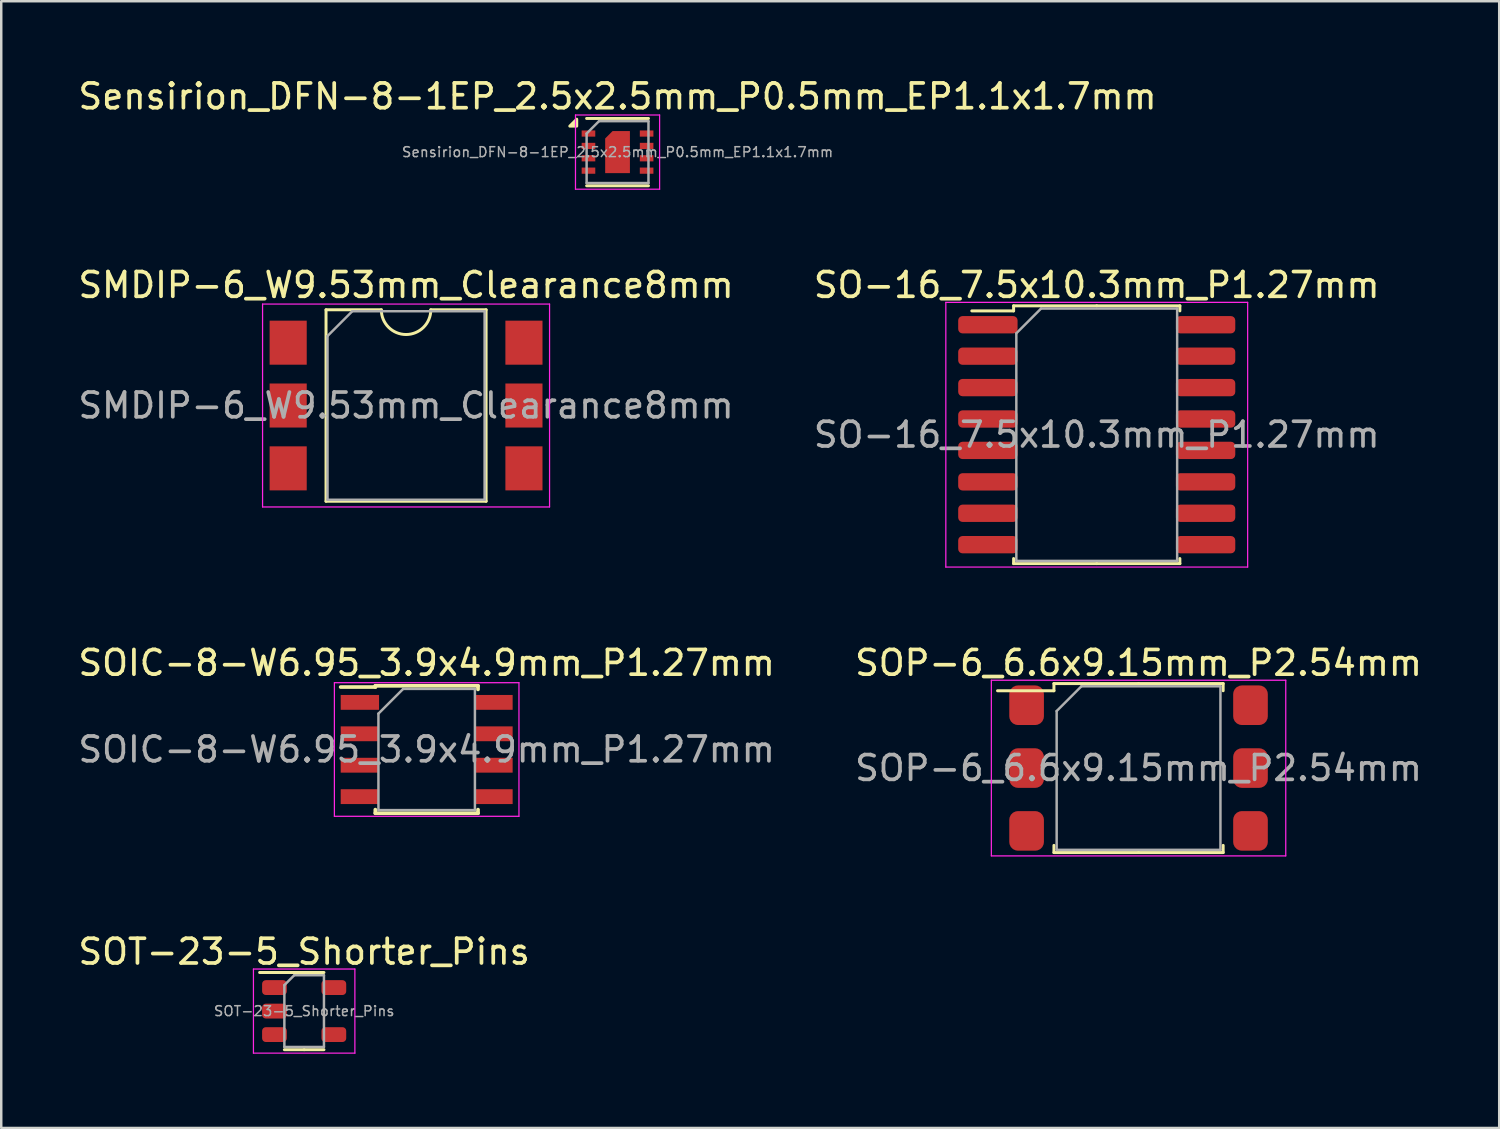
<source format=kicad_pcb>
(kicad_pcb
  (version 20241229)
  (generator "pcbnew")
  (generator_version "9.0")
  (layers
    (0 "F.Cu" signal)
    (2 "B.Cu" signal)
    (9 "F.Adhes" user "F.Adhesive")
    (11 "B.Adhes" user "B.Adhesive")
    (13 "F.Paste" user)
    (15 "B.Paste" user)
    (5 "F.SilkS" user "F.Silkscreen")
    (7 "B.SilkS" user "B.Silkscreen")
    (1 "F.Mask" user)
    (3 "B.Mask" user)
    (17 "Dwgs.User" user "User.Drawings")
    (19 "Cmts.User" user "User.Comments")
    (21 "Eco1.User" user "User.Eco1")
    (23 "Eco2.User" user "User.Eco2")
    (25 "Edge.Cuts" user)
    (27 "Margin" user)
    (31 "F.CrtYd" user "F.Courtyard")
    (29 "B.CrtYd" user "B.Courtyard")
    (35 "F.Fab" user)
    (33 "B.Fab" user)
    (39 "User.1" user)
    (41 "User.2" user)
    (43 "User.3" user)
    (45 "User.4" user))
  (footprint "SO-16_7.5x10.3mm_P1.27mm"
    (layer "F.Cu")
    (at 41.28 14.521)
    (property "Reference" "SO-16_7.5x10.3mm_P1.27mm" (at 0 -6.05 0) (layer "F.SilkS") (effects (font (size 1 1) (thickness 0.15))))
    (attr smd)
    (fp_line (start -3.36 -5.21) (end -3.36 -5.005) (stroke (width 0.12) (type solid)) (layer "F.SilkS"))
    (fp_line (start -3.36 -5.005) (end -5.05 -5.005) (stroke (width 0.12) (type solid)) (layer "F.SilkS"))
    (fp_line (start -3.36 5.21) (end -3.36 5.005) (stroke (width 0.12) (type solid)) (layer "F.SilkS"))
    (fp_line (start 0 -5.21) (end -3.36 -5.21) (stroke (width 0.12) (type solid)) (layer "F.SilkS"))
    (fp_line (start 0 -5.21) (end 3.36 -5.21) (stroke (width 0.12) (type solid)) (layer "F.SilkS"))
    (fp_line (start 0 5.21) (end -3.36 5.21) (stroke (width 0.12) (type solid)) (layer "F.SilkS"))
    (fp_line (start 0 5.21) (end 3.36 5.21) (stroke (width 0.12) (type solid)) (layer "F.SilkS"))
    (fp_line (start 3.36 -5.21) (end 3.36 -5.005) (stroke (width 0.12) (type solid)) (layer "F.SilkS"))
    (fp_line (start 3.36 5.21) (end 3.36 5.005) (stroke (width 0.12) (type solid)) (layer "F.SilkS"))
    (fp_line (start -6.1 -5.35) (end -6.1 5.35) (stroke (width 0.05) (type solid)) (layer "F.CrtYd"))
    (fp_line (start -6.1 5.35) (end 6.1 5.35) (stroke (width 0.05) (type solid)) (layer "F.CrtYd"))
    (fp_line (start 6.1 -5.35) (end -6.1 -5.35) (stroke (width 0.05) (type solid)) (layer "F.CrtYd"))
    (fp_line (start 6.1 5.35) (end 6.1 -5.35) (stroke (width 0.05) (type solid)) (layer "F.CrtYd"))
    (fp_line (start -3.25 -4.1) (end -2.25 -5.1) (stroke (width 0.1) (type solid)) (layer "F.Fab"))
    (fp_line (start -3.25 5.1) (end -3.25 -4.1) (stroke (width 0.1) (type solid)) (layer "F.Fab"))
    (fp_line (start -2.25 -5.1) (end 3.25 -5.1) (stroke (width 0.1) (type solid)) (layer "F.Fab"))
    (fp_line (start 3.25 -5.1) (end 3.25 5.1) (stroke (width 0.1) (type solid)) (layer "F.Fab"))
    (fp_line (start 3.25 5.1) (end -3.25 5.1) (stroke (width 0.1) (type solid)) (layer "F.Fab"))
    (fp_text user "${REFERENCE}" (at 0 0 0) (layer "F.Fab") (effects (font (size 1 1) (thickness 0.15))))
    (pad "1" smd roundrect (at -4.4 -4.445) (size 2.4 0.7) (layers "F.Cu" "F.Mask" "F.Paste") (roundrect_rratio 0.25))
    (pad "2" smd roundrect (at -4.4 -3.175) (size 2.4 0.7) (layers "F.Cu" "F.Mask" "F.Paste") (roundrect_rratio 0.25))
    (pad "3" smd roundrect (at -4.4 -1.905) (size 2.4 0.7) (layers "F.Cu" "F.Mask" "F.Paste") (roundrect_rratio 0.25))
    (pad "4" smd roundrect (at -4.4 -0.635) (size 2.4 0.7) (layers "F.Cu" "F.Mask" "F.Paste") (roundrect_rratio 0.25))
    (pad "5" smd roundrect (at -4.4 0.635) (size 2.4 0.7) (layers "F.Cu" "F.Mask" "F.Paste") (roundrect_rratio 0.25))
    (pad "6" smd roundrect (at -4.4 1.905) (size 2.4 0.7) (layers "F.Cu" "F.Mask" "F.Paste") (roundrect_rratio 0.25))
    (pad "7" smd roundrect (at -4.4 3.175) (size 2.4 0.7) (layers "F.Cu" "F.Mask" "F.Paste") (roundrect_rratio 0.25))
    (pad "8" smd roundrect (at -4.4 4.445) (size 2.4 0.7) (layers "F.Cu" "F.Mask" "F.Paste") (roundrect_rratio 0.25))
    (pad "9" smd roundrect (at 4.4 4.445) (size 2.4 0.7) (layers "F.Cu" "F.Mask" "F.Paste") (roundrect_rratio 0.25))
    (pad "10" smd roundrect (at 4.4 3.175) (size 2.4 0.7) (layers "F.Cu" "F.Mask" "F.Paste") (roundrect_rratio 0.25))
    (pad "11" smd roundrect (at 4.4 1.905) (size 2.4 0.7) (layers "F.Cu" "F.Mask" "F.Paste") (roundrect_rratio 0.25))
    (pad "12" smd roundrect (at 4.4 0.635) (size 2.4 0.7) (layers "F.Cu" "F.Mask" "F.Paste") (roundrect_rratio 0.25))
    (pad "13" smd roundrect (at 4.4 -0.635) (size 2.4 0.7) (layers "F.Cu" "F.Mask" "F.Paste") (roundrect_rratio 0.25))
    (pad "14" smd roundrect (at 4.4 -1.905) (size 2.4 0.7) (layers "F.Cu" "F.Mask" "F.Paste") (roundrect_rratio 0.25))
    (pad "15" smd roundrect (at 4.4 -3.175) (size 2.4 0.7) (layers "F.Cu" "F.Mask" "F.Paste") (roundrect_rratio 0.25))
    (pad "16" smd roundrect (at 4.4 -4.445) (size 2.4 0.7) (layers "F.Cu" "F.Mask" "F.Paste") (roundrect_rratio 0.25)))
  (footprint "Sensirion_DFN-8-1EP_2.5x2.5mm_P0.5mm_EP1.1x1.7mm"
    (layer "F.Cu")
    (at 21.911 3.098)
    (property "Reference" "Sensirion_DFN-8-1EP_2.5x2.5mm_P0.5mm_EP1.1x1.7mm" (at 0 -2.25 0) (layer "F.SilkS") (effects (font (size 1 1) (thickness 0.15))))
    (attr smd)
    (fp_line (start -1.25 -1.36) (end 1.25 -1.36) (stroke (width 0.12) (type solid)) (layer "F.SilkS"))
    (fp_line (start -1.25 1.36) (end 1.25 1.36) (stroke (width 0.12) (type solid)) (layer "F.SilkS"))
    (fp_poly (pts (xy -1.65 -1.05) (xy -1.93 -1.05) (xy -1.65 -1.33) (xy -1.65 -1.05)) (stroke (width 0.12) (type solid)) (fill yes) (layer "F.SilkS"))
    (fp_line (start -1.7 -1.5) (end -1.7 1.5) (stroke (width 0.05) (type solid)) (layer "F.CrtYd"))
    (fp_line (start -1.7 -1.5) (end 1.7 -1.5) (stroke (width 0.05) (type solid)) (layer "F.CrtYd"))
    (fp_line (start -1.7 1.5) (end 1.7 1.5) (stroke (width 0.05) (type solid)) (layer "F.CrtYd"))
    (fp_line (start 1.7 -1.5) (end 1.7 1.5) (stroke (width 0.05) (type solid)) (layer "F.CrtYd"))
    (fp_line (start -1.25 -0.75) (end -0.75 -1.25) (stroke (width 0.1) (type solid)) (layer "F.Fab"))
    (fp_line (start -1.25 1.25) (end -1.25 -0.75) (stroke (width 0.1) (type solid)) (layer "F.Fab"))
    (fp_line (start -0.75 -1.25) (end 1.25 -1.25) (stroke (width 0.1) (type solid)) (layer "F.Fab"))
    (fp_line (start 1.25 -1.25) (end 1.25 1.25) (stroke (width 0.1) (type solid)) (layer "F.Fab"))
    (fp_line (start 1.25 1.25) (end -1.25 1.25) (stroke (width 0.1) (type solid)) (layer "F.Fab"))
    (fp_text user "${REFERENCE}" (at 0 0 0) (layer "F.Fab") (effects (font (size 0.4 0.4) (thickness 0.06))))
    (pad "" smd custom (at 0 0) (size 0.9 0.9) (layers "F.Paste") (options (anchor rect)) (primitives (gr_poly (pts (xy 0.45 0.8) (xy -0.45 0.8) (xy -0.45 -0.53) (xy -0.18 -0.8) (xy 0.45 -0.8)) (width 0) (fill yes))))
    (pad "1" smd rect (at -1.175 -0.75) (size 0.55 0.25) (layers "F.Cu" "F.Mask" "F.Paste"))
    (pad "2" smd rect (at -1.175 -0.25) (size 0.55 0.25) (layers "F.Cu" "F.Mask" "F.Paste"))
    (pad "3" smd rect (at -1.175 0.25) (size 0.55 0.25) (layers "F.Cu" "F.Mask" "F.Paste"))
    (pad "4" smd rect (at -1.175 0.75 180) (size 0.55 0.25) (layers "F.Cu" "F.Mask" "F.Paste"))
    (pad "5" smd rect (at 1.175 0.75) (size 0.55 0.25) (layers "F.Cu" "F.Mask" "F.Paste"))
    (pad "6" smd rect (at 1.175 0.25) (size 0.55 0.25) (layers "F.Cu" "F.Mask" "F.Paste"))
    (pad "7" smd rect (at 1.175 -0.25) (size 0.55 0.25) (layers "F.Cu" "F.Mask" "F.Paste"))
    (pad "8" smd rect (at 1.175 -0.75) (size 0.55 0.25) (layers "F.Cu" "F.Mask" "F.Paste"))
    (pad "9" smd custom (at 0 0) (size 1 1) (layers "F.Cu" "F.Mask") (options (anchor circle)) (primitives (gr_poly (pts (xy 0.5 0.85) (xy -0.5 0.85) (xy -0.5 -0.55) (xy -0.2 -0.85) (xy 0.5 -0.85)) (width 0) (fill yes)))))
  (footprint "SOP-6_6.6x9.15mm_P2.54mm"
    (layer "F.Cu")
    (at 42.97 27.995)
    (property "Reference" "SOP-6_6.6x9.15mm_P2.54mm" (at 0 -4.25 0) (layer "F.SilkS") (effects (font (size 1 1) (thickness 0.15))))
    (attr smd)
    (fp_line (start -3.42 -3.415) (end -3.42 -3.125) (stroke (width 0.12) (type solid)) (layer "F.SilkS"))
    (fp_line (start -3.42 -3.125) (end -5.7 -3.125) (stroke (width 0.12) (type solid)) (layer "F.SilkS"))
    (fp_line (start -3.42 3.415) (end -3.42 3.125) (stroke (width 0.12) (type solid)) (layer "F.SilkS"))
    (fp_line (start 0 -3.415) (end -3.42 -3.415) (stroke (width 0.12) (type solid)) (layer "F.SilkS"))
    (fp_line (start 0 -3.415) (end 3.42 -3.415) (stroke (width 0.12) (type solid)) (layer "F.SilkS"))
    (fp_line (start 0 3.415) (end -3.42 3.415) (stroke (width 0.12) (type solid)) (layer "F.SilkS"))
    (fp_line (start 0 3.415) (end 3.42 3.415) (stroke (width 0.12) (type solid)) (layer "F.SilkS"))
    (fp_line (start 3.42 -3.415) (end 3.42 -3.125) (stroke (width 0.12) (type solid)) (layer "F.SilkS"))
    (fp_line (start 3.42 3.415) (end 3.42 3.125) (stroke (width 0.12) (type solid)) (layer "F.SilkS"))
    (fp_line (start -5.95 -3.55) (end -5.95 3.55) (stroke (width 0.05) (type solid)) (layer "F.CrtYd"))
    (fp_line (start -5.95 3.55) (end 5.95 3.55) (stroke (width 0.05) (type solid)) (layer "F.CrtYd"))
    (fp_line (start 5.95 -3.55) (end -5.95 -3.55) (stroke (width 0.05) (type solid)) (layer "F.CrtYd"))
    (fp_line (start 5.95 3.55) (end 5.95 -3.55) (stroke (width 0.05) (type solid)) (layer "F.CrtYd"))
    (fp_line (start -3.31 -2.305) (end -2.31 -3.305) (stroke (width 0.1) (type solid)) (layer "F.Fab"))
    (fp_line (start -3.31 3.305) (end -3.31 -2.305) (stroke (width 0.1) (type solid)) (layer "F.Fab"))
    (fp_line (start -2.31 -3.305) (end 3.31 -3.305) (stroke (width 0.1) (type solid)) (layer "F.Fab"))
    (fp_line (start 3.31 -3.305) (end 3.31 3.305) (stroke (width 0.1) (type solid)) (layer "F.Fab"))
    (fp_line (start 3.31 3.305) (end -3.31 3.305) (stroke (width 0.1) (type solid)) (layer "F.Fab"))
    (fp_text user "${REFERENCE}" (at 0 0 0) (layer "F.Fab") (effects (font (size 1 1) (thickness 0.15))))
    (pad "1" smd roundrect (at -4.525 -2.54) (size 1.4 1.6) (layers "F.Cu" "F.Mask" "F.Paste") (roundrect_rratio 0.25))
    (pad "2" smd roundrect (at -4.525 0) (size 1.4 1.6) (layers "F.Cu" "F.Mask" "F.Paste") (roundrect_rratio 0.25))
    (pad "3" smd roundrect (at -4.525 2.54) (size 1.4 1.6) (layers "F.Cu" "F.Mask" "F.Paste") (roundrect_rratio 0.25))
    (pad "4" smd roundrect (at 4.525 2.54) (size 1.4 1.6) (layers "F.Cu" "F.Mask" "F.Paste") (roundrect_rratio 0.25))
    (pad "5" smd roundrect (at 4.525 0) (size 1.4 1.6) (layers "F.Cu" "F.Mask" "F.Paste") (roundrect_rratio 0.25))
    (pad "6" smd roundrect (at 4.525 -2.54) (size 1.4 1.6) (layers "F.Cu" "F.Mask" "F.Paste") (roundrect_rratio 0.25)))
  (footprint "SOIC-8-W6.95_3.9x4.9mm_P1.27mm"
    (layer "F.Cu")
    (at 14.196 27.245)
    (property "Reference" "SOIC-8-W6.95_3.9x4.9mm_P1.27mm" (at 0 -3.5 0) (layer "F.SilkS") (effects (font (size 1 1) (thickness 0.15))))
    (attr smd)
    (fp_line (start -2.075 -2.575) (end -2.075 -2.525) (stroke (width 0.15) (type solid)) (layer "F.SilkS"))
    (fp_line (start -2.075 -2.575) (end 2.075 -2.575) (stroke (width 0.15) (type solid)) (layer "F.SilkS"))
    (fp_line (start -2.075 -2.525) (end -3.475 -2.525) (stroke (width 0.15) (type solid)) (layer "F.SilkS"))
    (fp_line (start -2.075 2.575) (end -2.075 2.43) (stroke (width 0.15) (type solid)) (layer "F.SilkS"))
    (fp_line (start -2.075 2.575) (end 2.075 2.575) (stroke (width 0.15) (type solid)) (layer "F.SilkS"))
    (fp_line (start 2.075 -2.575) (end 2.075 -2.43) (stroke (width 0.15) (type solid)) (layer "F.SilkS"))
    (fp_line (start 2.075 2.575) (end 2.075 2.43) (stroke (width 0.15) (type solid)) (layer "F.SilkS"))
    (fp_line (start -3.73 -2.7) (end -3.73 2.7) (stroke (width 0.05) (type solid)) (layer "F.CrtYd"))
    (fp_line (start -3.73 -2.7) (end 3.73 -2.7) (stroke (width 0.05) (type solid)) (layer "F.CrtYd"))
    (fp_line (start -3.73 2.7) (end 3.73 2.7) (stroke (width 0.05) (type solid)) (layer "F.CrtYd"))
    (fp_line (start 3.73 -2.7) (end 3.73 2.7) (stroke (width 0.05) (type solid)) (layer "F.CrtYd"))
    (fp_line (start -1.95 -1.45) (end -0.95 -2.45) (stroke (width 0.1) (type solid)) (layer "F.Fab"))
    (fp_line (start -1.95 2.45) (end -1.95 -1.45) (stroke (width 0.1) (type solid)) (layer "F.Fab"))
    (fp_line (start -0.95 -2.45) (end 1.95 -2.45) (stroke (width 0.1) (type solid)) (layer "F.Fab"))
    (fp_line (start 1.95 -2.45) (end 1.95 2.45) (stroke (width 0.1) (type solid)) (layer "F.Fab"))
    (fp_line (start 1.95 2.45) (end -1.95 2.45) (stroke (width 0.1) (type solid)) (layer "F.Fab"))
    (fp_text user "${REFERENCE}" (at 0 0 0) (layer "F.Fab") (effects (font (size 1 1) (thickness 0.15))))
    (pad "1" smd rect (at -2.7 -1.905) (size 1.55 0.6) (layers "F.Cu" "F.Mask" "F.Paste"))
    (pad "2" smd rect (at -2.7 -0.635) (size 1.55 0.6) (layers "F.Cu" "F.Mask" "F.Paste"))
    (pad "3" smd rect (at -2.7 0.635) (size 1.55 0.6) (layers "F.Cu" "F.Mask" "F.Paste"))
    (pad "4" smd rect (at -2.7 1.905) (size 1.55 0.6) (layers "F.Cu" "F.Mask" "F.Paste"))
    (pad "5" smd rect (at 2.7 1.905) (size 1.55 0.6) (layers "F.Cu" "F.Mask" "F.Paste"))
    (pad "6" smd rect (at 2.7 0.635) (size 1.55 0.6) (layers "F.Cu" "F.Mask" "F.Paste"))
    (pad "7" smd rect (at 2.7 -0.635) (size 1.55 0.6) (layers "F.Cu" "F.Mask" "F.Paste"))
    (pad "8" smd rect (at 2.7 -1.905) (size 1.55 0.6) (layers "F.Cu" "F.Mask" "F.Paste")))
  (footprint "SOT-23-5_Shorter_Pins"
    (layer "F.Cu")
    (at 9.244 37.818)
    (property "Reference" "SOT-23-5_Shorter_Pins" (at 0 -2.4 0) (layer "F.SilkS") (effects (font (size 1 1) (thickness 0.15))))
    (attr smd)
    (fp_line (start 0 -1.56) (end -1.8 -1.56) (stroke (width 0.12) (type solid)) (layer "F.SilkS"))
    (fp_line (start 0 -1.56) (end 0.8 -1.56) (stroke (width 0.12) (type solid)) (layer "F.SilkS"))
    (fp_line (start 0 1.56) (end -0.8 1.56) (stroke (width 0.12) (type solid)) (layer "F.SilkS"))
    (fp_line (start 0 1.56) (end 0.8 1.56) (stroke (width 0.12) (type solid)) (layer "F.SilkS"))
    (fp_line (start -2.05 -1.7) (end -2.05 1.7) (stroke (width 0.05) (type solid)) (layer "F.CrtYd"))
    (fp_line (start -2.05 1.7) (end 2.05 1.7) (stroke (width 0.05) (type solid)) (layer "F.CrtYd"))
    (fp_line (start 2.05 -1.7) (end -2.05 -1.7) (stroke (width 0.05) (type solid)) (layer "F.CrtYd"))
    (fp_line (start 2.05 1.7) (end 2.05 -1.7) (stroke (width 0.05) (type solid)) (layer "F.CrtYd"))
    (fp_line (start -0.8 -1.05) (end -0.4 -1.45) (stroke (width 0.1) (type solid)) (layer "F.Fab"))
    (fp_line (start -0.8 1.45) (end -0.8 -1.05) (stroke (width 0.1) (type solid)) (layer "F.Fab"))
    (fp_line (start -0.4 -1.45) (end 0.8 -1.45) (stroke (width 0.1) (type solid)) (layer "F.Fab"))
    (fp_line (start 0.8 -1.45) (end 0.8 1.45) (stroke (width 0.1) (type solid)) (layer "F.Fab"))
    (fp_line (start 0.8 1.45) (end -0.8 1.45) (stroke (width 0.1) (type solid)) (layer "F.Fab"))
    (fp_text user "${REFERENCE}" (at 0 0 0) (layer "F.Fab") (effects (font (size 0.4 0.4) (thickness 0.06))))
    (pad "1" smd roundrect (at -1.2 -0.95) (size 1 0.6) (layers "F.Cu" "F.Mask" "F.Paste") (roundrect_rratio 0.25))
    (pad "2" smd roundrect (at -1.2 0) (size 1 0.6) (layers "F.Cu" "F.Mask" "F.Paste") (roundrect_rratio 0.25))
    (pad "3" smd roundrect (at -1.2 0.95) (size 1 0.6) (layers "F.Cu" "F.Mask" "F.Paste") (roundrect_rratio 0.25))
    (pad "4" smd roundrect (at 1.2 0.95) (size 1 0.6) (layers "F.Cu" "F.Mask" "F.Paste") (roundrect_rratio 0.25))
    (pad "5" smd roundrect (at 1.2 -0.95) (size 1 0.6) (layers "F.Cu" "F.Mask" "F.Paste") (roundrect_rratio 0.25)))
  (footprint "SMDIP-6_W9.53mm_Clearance8mm"
    (layer "F.Cu")
    (at 13.363 13.341)
    (property "Reference" "SMDIP-6_W9.53mm_Clearance8mm" (at 0 -4.87 0) (layer "F.SilkS") (effects (font (size 1 1) (thickness 0.15))))
    (attr smd)
    (fp_line (start -3.235 -3.87) (end -3.235 3.87) (stroke (width 0.12) (type solid)) (layer "F.SilkS"))
    (fp_line (start -3.235 3.87) (end 3.235 3.87) (stroke (width 0.12) (type solid)) (layer "F.SilkS"))
    (fp_line (start -1 -3.87) (end -3.235 -3.87) (stroke (width 0.12) (type solid)) (layer "F.SilkS"))
    (fp_line (start 3.235 -3.87) (end 1 -3.87) (stroke (width 0.12) (type solid)) (layer "F.SilkS"))
    (fp_line (start 3.235 3.87) (end 3.235 -3.87) (stroke (width 0.12) (type solid)) (layer "F.SilkS"))
    (fp_arc (start 1 -3.87) (mid 0 -2.87) (end -1 -3.87) (stroke (width 0.12) (type solid)) (layer "F.SilkS"))
    (fp_line (start -5.8 -4.1) (end -5.8 4.1) (stroke (width 0.05) (type solid)) (layer "F.CrtYd"))
    (fp_line (start -5.8 4.1) (end 5.8 4.1) (stroke (width 0.05) (type solid)) (layer "F.CrtYd"))
    (fp_line (start 5.8 -4.1) (end -5.8 -4.1) (stroke (width 0.05) (type solid)) (layer "F.CrtYd"))
    (fp_line (start 5.8 4.1) (end 5.8 -4.1) (stroke (width 0.05) (type solid)) (layer "F.CrtYd"))
    (fp_line (start -3.175 -2.81) (end -2.175 -3.81) (stroke (width 0.1) (type solid)) (layer "F.Fab"))
    (fp_line (start -3.175 3.81) (end -3.175 -2.81) (stroke (width 0.1) (type solid)) (layer "F.Fab"))
    (fp_line (start -2.175 -3.81) (end 3.175 -3.81) (stroke (width 0.1) (type solid)) (layer "F.Fab"))
    (fp_line (start 3.175 -3.81) (end 3.175 3.81) (stroke (width 0.1) (type solid)) (layer "F.Fab"))
    (fp_line (start 3.175 3.81) (end -3.175 3.81) (stroke (width 0.1) (type solid)) (layer "F.Fab"))
    (fp_text user "${REFERENCE}" (at 0 0 0) (layer "F.Fab") (effects (font (size 1 1) (thickness 0.15))))
    (pad "1" smd rect (at -4.765 -2.54) (size 1.5 1.78) (layers "F.Cu" "F.Mask" "F.Paste"))
    (pad "2" smd rect (at -4.765 0) (size 1.5 1.78) (layers "F.Cu" "F.Mask" "F.Paste"))
    (pad "3" smd rect (at -4.765 2.54) (size 1.5 1.78) (layers "F.Cu" "F.Mask" "F.Paste"))
    (pad "4" smd rect (at 4.765 2.54) (size 1.5 1.78) (layers "F.Cu" "F.Mask" "F.Paste"))
    (pad "5" smd rect (at 4.765 0) (size 1.5 1.78) (layers "F.Cu" "F.Mask" "F.Paste"))
    (pad "6" smd rect (at 4.765 -2.54) (size 1.5 1.78) (layers "F.Cu" "F.Mask" "F.Paste")))
  (gr_rect
    (start -3 -3)
    (end 57.548 42.543)
    (stroke (width 0.1) (type default))
    (fill no)
    (layer "Edge.Cuts")))
</source>
